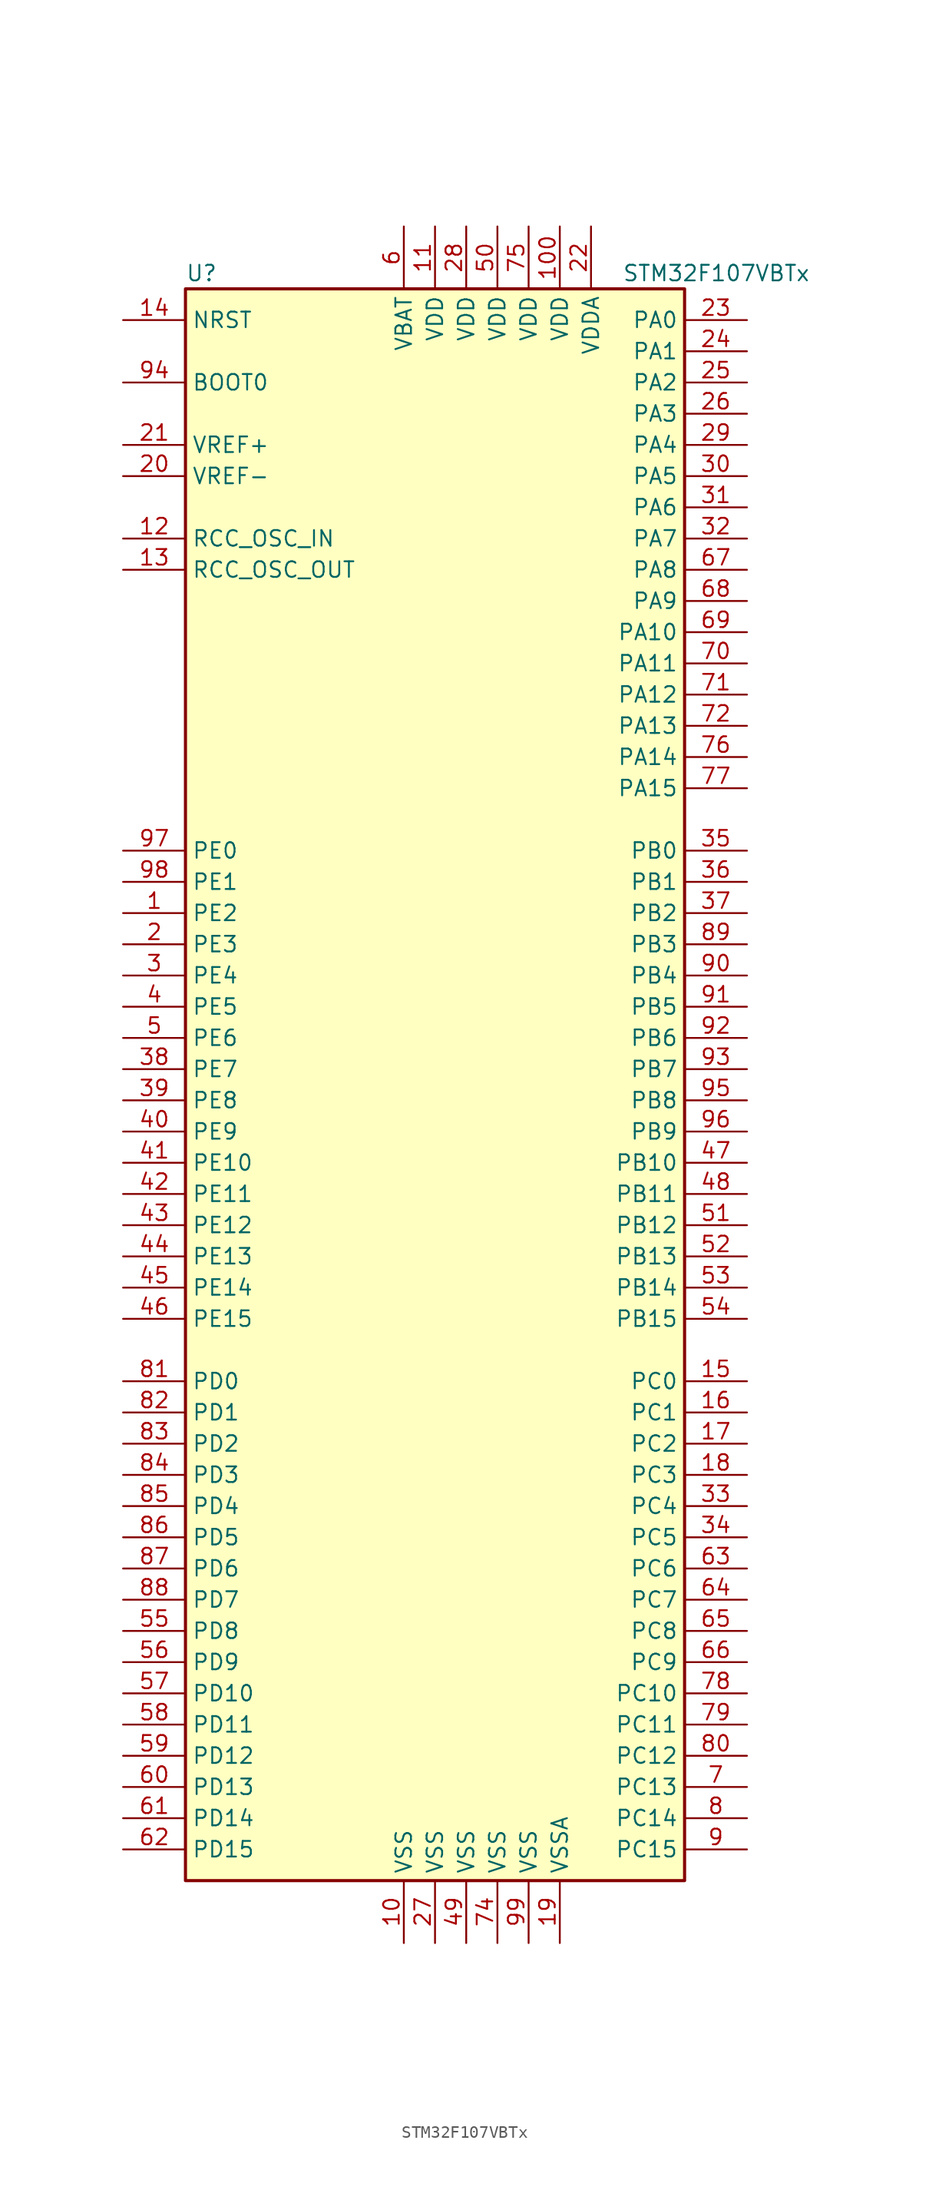
<source format=kicad_sym>
(kicad_symbol_lib
  (version 20201005)
  (generator kicad_symbol_editor)
  (symbol "STM32F107VBTx"
    (property "Reference" "U"
      (at -20.32 64.77 0)
      (effects (font (size 1.27 1.27)) (justify left)))
    (property "Value" "STM32F107VBTx"
      (at 15.24 64.77 0)
      (effects (font (size 1.27 1.27)) (justify left)))
    (symbol "STM32F107VBTx_0_1"
      (rectangle (start -20.32 -66.04) (end 20.32 63.5) (stroke (width 0.254)) (fill (type background))))
    (symbol "STM32F107VBTx_1_1"
      (pin input line (at -25.4 55.88 0) (length 5.08) (name "BOOT0" (effects (font (size 1.27 1.27)))) (number "94" (effects (font (size 1.27 1.27)))))
      (pin no_connect line (at -20.32 -63.5 0) (length 5.08) hide (name "NC" (effects (font (size 1.27 1.27)))) (number "73" (effects (font (size 1.27 1.27)))))
      (pin input line (at -25.4 60.96 0) (length 5.08) (name "NRST" (effects (font (size 1.27 1.27)))) (number "14" (effects (font (size 1.27 1.27)))))
      (pin bidirectional line (at 25.4 60.96 180) (length 5.08) (name "PA0" (effects (font (size 1.27 1.27)))) (number "23" (effects (font (size 1.27 1.27)))))
      (pin bidirectional line (at 25.4 58.42 180) (length 5.08) (name "PA1" (effects (font (size 1.27 1.27)))) (number "24" (effects (font (size 1.27 1.27)))))
      (pin bidirectional line (at 25.4 35.56 180) (length 5.08) (name "PA10" (effects (font (size 1.27 1.27)))) (number "69" (effects (font (size 1.27 1.27)))))
      (pin bidirectional line (at 25.4 33.02 180) (length 5.08) (name "PA11" (effects (font (size 1.27 1.27)))) (number "70" (effects (font (size 1.27 1.27)))))
      (pin bidirectional line (at 25.4 30.48 180) (length 5.08) (name "PA12" (effects (font (size 1.27 1.27)))) (number "71" (effects (font (size 1.27 1.27)))))
      (pin bidirectional line (at 25.4 27.94 180) (length 5.08) (name "PA13" (effects (font (size 1.27 1.27)))) (number "72" (effects (font (size 1.27 1.27)))))
      (pin bidirectional line (at 25.4 25.4 180) (length 5.08) (name "PA14" (effects (font (size 1.27 1.27)))) (number "76" (effects (font (size 1.27 1.27)))))
      (pin bidirectional line (at 25.4 22.86 180) (length 5.08) (name "PA15" (effects (font (size 1.27 1.27)))) (number "77" (effects (font (size 1.27 1.27)))))
      (pin bidirectional line (at 25.4 55.88 180) (length 5.08) (name "PA2" (effects (font (size 1.27 1.27)))) (number "25" (effects (font (size 1.27 1.27)))))
      (pin bidirectional line (at 25.4 53.34 180) (length 5.08) (name "PA3" (effects (font (size 1.27 1.27)))) (number "26" (effects (font (size 1.27 1.27)))))
      (pin bidirectional line (at 25.4 50.8 180) (length 5.08) (name "PA4" (effects (font (size 1.27 1.27)))) (number "29" (effects (font (size 1.27 1.27)))))
      (pin bidirectional line (at 25.4 48.26 180) (length 5.08) (name "PA5" (effects (font (size 1.27 1.27)))) (number "30" (effects (font (size 1.27 1.27)))))
      (pin bidirectional line (at 25.4 45.72 180) (length 5.08) (name "PA6" (effects (font (size 1.27 1.27)))) (number "31" (effects (font (size 1.27 1.27)))))
      (pin bidirectional line (at 25.4 43.18 180) (length 5.08) (name "PA7" (effects (font (size 1.27 1.27)))) (number "32" (effects (font (size 1.27 1.27)))))
      (pin bidirectional line (at 25.4 40.64 180) (length 5.08) (name "PA8" (effects (font (size 1.27 1.27)))) (number "67" (effects (font (size 1.27 1.27)))))
      (pin bidirectional line (at 25.4 38.1 180) (length 5.08) (name "PA9" (effects (font (size 1.27 1.27)))) (number "68" (effects (font (size 1.27 1.27)))))
      (pin bidirectional line (at 25.4 17.78 180) (length 5.08) (name "PB0" (effects (font (size 1.27 1.27)))) (number "35" (effects (font (size 1.27 1.27)))))
      (pin bidirectional line (at 25.4 15.24 180) (length 5.08) (name "PB1" (effects (font (size 1.27 1.27)))) (number "36" (effects (font (size 1.27 1.27)))))
      (pin bidirectional line (at 25.4 -7.62 180) (length 5.08) (name "PB10" (effects (font (size 1.27 1.27)))) (number "47" (effects (font (size 1.27 1.27)))))
      (pin bidirectional line (at 25.4 -10.16 180) (length 5.08) (name "PB11" (effects (font (size 1.27 1.27)))) (number "48" (effects (font (size 1.27 1.27)))))
      (pin bidirectional line (at 25.4 -12.7 180) (length 5.08) (name "PB12" (effects (font (size 1.27 1.27)))) (number "51" (effects (font (size 1.27 1.27)))))
      (pin bidirectional line (at 25.4 -15.24 180) (length 5.08) (name "PB13" (effects (font (size 1.27 1.27)))) (number "52" (effects (font (size 1.27 1.27)))))
      (pin bidirectional line (at 25.4 -17.78 180) (length 5.08) (name "PB14" (effects (font (size 1.27 1.27)))) (number "53" (effects (font (size 1.27 1.27)))))
      (pin bidirectional line (at 25.4 -20.32 180) (length 5.08) (name "PB15" (effects (font (size 1.27 1.27)))) (number "54" (effects (font (size 1.27 1.27)))))
      (pin bidirectional line (at 25.4 12.7 180) (length 5.08) (name "PB2" (effects (font (size 1.27 1.27)))) (number "37" (effects (font (size 1.27 1.27)))))
      (pin bidirectional line (at 25.4 10.16 180) (length 5.08) (name "PB3" (effects (font (size 1.27 1.27)))) (number "89" (effects (font (size 1.27 1.27)))))
      (pin bidirectional line (at 25.4 7.62 180) (length 5.08) (name "PB4" (effects (font (size 1.27 1.27)))) (number "90" (effects (font (size 1.27 1.27)))))
      (pin bidirectional line (at 25.4 5.08 180) (length 5.08) (name "PB5" (effects (font (size 1.27 1.27)))) (number "91" (effects (font (size 1.27 1.27)))))
      (pin bidirectional line (at 25.4 2.54 180) (length 5.08) (name "PB6" (effects (font (size 1.27 1.27)))) (number "92" (effects (font (size 1.27 1.27)))))
      (pin bidirectional line (at 25.4 0 180) (length 5.08) (name "PB7" (effects (font (size 1.27 1.27)))) (number "93" (effects (font (size 1.27 1.27)))))
      (pin bidirectional line (at 25.4 -2.54 180) (length 5.08) (name "PB8" (effects (font (size 1.27 1.27)))) (number "95" (effects (font (size 1.27 1.27)))))
      (pin bidirectional line (at 25.4 -5.08 180) (length 5.08) (name "PB9" (effects (font (size 1.27 1.27)))) (number "96" (effects (font (size 1.27 1.27)))))
      (pin bidirectional line (at 25.4 -25.4 180) (length 5.08) (name "PC0" (effects (font (size 1.27 1.27)))) (number "15" (effects (font (size 1.27 1.27)))))
      (pin bidirectional line (at 25.4 -27.94 180) (length 5.08) (name "PC1" (effects (font (size 1.27 1.27)))) (number "16" (effects (font (size 1.27 1.27)))))
      (pin bidirectional line (at 25.4 -50.8 180) (length 5.08) (name "PC10" (effects (font (size 1.27 1.27)))) (number "78" (effects (font (size 1.27 1.27)))))
      (pin bidirectional line (at 25.4 -53.34 180) (length 5.08) (name "PC11" (effects (font (size 1.27 1.27)))) (number "79" (effects (font (size 1.27 1.27)))))
      (pin bidirectional line (at 25.4 -55.88 180) (length 5.08) (name "PC12" (effects (font (size 1.27 1.27)))) (number "80" (effects (font (size 1.27 1.27)))))
      (pin bidirectional line (at 25.4 -58.42 180) (length 5.08) (name "PC13" (effects (font (size 1.27 1.27)))) (number "7" (effects (font (size 1.27 1.27)))))
      (pin bidirectional line (at 25.4 -60.96 180) (length 5.08) (name "PC14" (effects (font (size 1.27 1.27)))) (number "8" (effects (font (size 1.27 1.27)))))
      (pin bidirectional line (at 25.4 -63.5 180) (length 5.08) (name "PC15" (effects (font (size 1.27 1.27)))) (number "9" (effects (font (size 1.27 1.27)))))
      (pin bidirectional line (at 25.4 -30.48 180) (length 5.08) (name "PC2" (effects (font (size 1.27 1.27)))) (number "17" (effects (font (size 1.27 1.27)))))
      (pin bidirectional line (at 25.4 -33.02 180) (length 5.08) (name "PC3" (effects (font (size 1.27 1.27)))) (number "18" (effects (font (size 1.27 1.27)))))
      (pin bidirectional line (at 25.4 -35.56 180) (length 5.08) (name "PC4" (effects (font (size 1.27 1.27)))) (number "33" (effects (font (size 1.27 1.27)))))
      (pin bidirectional line (at 25.4 -38.1 180) (length 5.08) (name "PC5" (effects (font (size 1.27 1.27)))) (number "34" (effects (font (size 1.27 1.27)))))
      (pin bidirectional line (at 25.4 -40.64 180) (length 5.08) (name "PC6" (effects (font (size 1.27 1.27)))) (number "63" (effects (font (size 1.27 1.27)))))
      (pin bidirectional line (at 25.4 -43.18 180) (length 5.08) (name "PC7" (effects (font (size 1.27 1.27)))) (number "64" (effects (font (size 1.27 1.27)))))
      (pin bidirectional line (at 25.4 -45.72 180) (length 5.08) (name "PC8" (effects (font (size 1.27 1.27)))) (number "65" (effects (font (size 1.27 1.27)))))
      (pin bidirectional line (at 25.4 -48.26 180) (length 5.08) (name "PC9" (effects (font (size 1.27 1.27)))) (number "66" (effects (font (size 1.27 1.27)))))
      (pin bidirectional line (at -25.4 -25.4 0) (length 5.08) (name "PD0" (effects (font (size 1.27 1.27)))) (number "81" (effects (font (size 1.27 1.27)))))
      (pin bidirectional line (at -25.4 -27.94 0) (length 5.08) (name "PD1" (effects (font (size 1.27 1.27)))) (number "82" (effects (font (size 1.27 1.27)))))
      (pin bidirectional line (at -25.4 -50.8 0) (length 5.08) (name "PD10" (effects (font (size 1.27 1.27)))) (number "57" (effects (font (size 1.27 1.27)))))
      (pin bidirectional line (at -25.4 -53.34 0) (length 5.08) (name "PD11" (effects (font (size 1.27 1.27)))) (number "58" (effects (font (size 1.27 1.27)))))
      (pin bidirectional line (at -25.4 -55.88 0) (length 5.08) (name "PD12" (effects (font (size 1.27 1.27)))) (number "59" (effects (font (size 1.27 1.27)))))
      (pin bidirectional line (at -25.4 -58.42 0) (length 5.08) (name "PD13" (effects (font (size 1.27 1.27)))) (number "60" (effects (font (size 1.27 1.27)))))
      (pin bidirectional line (at -25.4 -60.96 0) (length 5.08) (name "PD14" (effects (font (size 1.27 1.27)))) (number "61" (effects (font (size 1.27 1.27)))))
      (pin bidirectional line (at -25.4 -63.5 0) (length 5.08) (name "PD15" (effects (font (size 1.27 1.27)))) (number "62" (effects (font (size 1.27 1.27)))))
      (pin bidirectional line (at -25.4 -30.48 0) (length 5.08) (name "PD2" (effects (font (size 1.27 1.27)))) (number "83" (effects (font (size 1.27 1.27)))))
      (pin bidirectional line (at -25.4 -33.02 0) (length 5.08) (name "PD3" (effects (font (size 1.27 1.27)))) (number "84" (effects (font (size 1.27 1.27)))))
      (pin bidirectional line (at -25.4 -35.56 0) (length 5.08) (name "PD4" (effects (font (size 1.27 1.27)))) (number "85" (effects (font (size 1.27 1.27)))))
      (pin bidirectional line (at -25.4 -38.1 0) (length 5.08) (name "PD5" (effects (font (size 1.27 1.27)))) (number "86" (effects (font (size 1.27 1.27)))))
      (pin bidirectional line (at -25.4 -40.64 0) (length 5.08) (name "PD6" (effects (font (size 1.27 1.27)))) (number "87" (effects (font (size 1.27 1.27)))))
      (pin bidirectional line (at -25.4 -43.18 0) (length 5.08) (name "PD7" (effects (font (size 1.27 1.27)))) (number "88" (effects (font (size 1.27 1.27)))))
      (pin bidirectional line (at -25.4 -45.72 0) (length 5.08) (name "PD8" (effects (font (size 1.27 1.27)))) (number "55" (effects (font (size 1.27 1.27)))))
      (pin bidirectional line (at -25.4 -48.26 0) (length 5.08) (name "PD9" (effects (font (size 1.27 1.27)))) (number "56" (effects (font (size 1.27 1.27)))))
      (pin bidirectional line (at -25.4 17.78 0) (length 5.08) (name "PE0" (effects (font (size 1.27 1.27)))) (number "97" (effects (font (size 1.27 1.27)))))
      (pin bidirectional line (at -25.4 15.24 0) (length 5.08) (name "PE1" (effects (font (size 1.27 1.27)))) (number "98" (effects (font (size 1.27 1.27)))))
      (pin bidirectional line (at -25.4 -7.62 0) (length 5.08) (name "PE10" (effects (font (size 1.27 1.27)))) (number "41" (effects (font (size 1.27 1.27)))))
      (pin bidirectional line (at -25.4 -10.16 0) (length 5.08) (name "PE11" (effects (font (size 1.27 1.27)))) (number "42" (effects (font (size 1.27 1.27)))))
      (pin bidirectional line (at -25.4 -12.7 0) (length 5.08) (name "PE12" (effects (font (size 1.27 1.27)))) (number "43" (effects (font (size 1.27 1.27)))))
      (pin bidirectional line (at -25.4 -15.24 0) (length 5.08) (name "PE13" (effects (font (size 1.27 1.27)))) (number "44" (effects (font (size 1.27 1.27)))))
      (pin bidirectional line (at -25.4 -17.78 0) (length 5.08) (name "PE14" (effects (font (size 1.27 1.27)))) (number "45" (effects (font (size 1.27 1.27)))))
      (pin bidirectional line (at -25.4 -20.32 0) (length 5.08) (name "PE15" (effects (font (size 1.27 1.27)))) (number "46" (effects (font (size 1.27 1.27)))))
      (pin bidirectional line (at -25.4 12.7 0) (length 5.08) (name "PE2" (effects (font (size 1.27 1.27)))) (number "1" (effects (font (size 1.27 1.27)))))
      (pin bidirectional line (at -25.4 10.16 0) (length 5.08) (name "PE3" (effects (font (size 1.27 1.27)))) (number "2" (effects (font (size 1.27 1.27)))))
      (pin bidirectional line (at -25.4 7.62 0) (length 5.08) (name "PE4" (effects (font (size 1.27 1.27)))) (number "3" (effects (font (size 1.27 1.27)))))
      (pin bidirectional line (at -25.4 5.08 0) (length 5.08) (name "PE5" (effects (font (size 1.27 1.27)))) (number "4" (effects (font (size 1.27 1.27)))))
      (pin bidirectional line (at -25.4 2.54 0) (length 5.08) (name "PE6" (effects (font (size 1.27 1.27)))) (number "5" (effects (font (size 1.27 1.27)))))
      (pin bidirectional line (at -25.4 0 0) (length 5.08) (name "PE7" (effects (font (size 1.27 1.27)))) (number "38" (effects (font (size 1.27 1.27)))))
      (pin bidirectional line (at -25.4 -2.54 0) (length 5.08) (name "PE8" (effects (font (size 1.27 1.27)))) (number "39" (effects (font (size 1.27 1.27)))))
      (pin bidirectional line (at -25.4 -5.08 0) (length 5.08) (name "PE9" (effects (font (size 1.27 1.27)))) (number "40" (effects (font (size 1.27 1.27)))))
      (pin input line (at -25.4 43.18 0) (length 5.08) (name "RCC_OSC_IN" (effects (font (size 1.27 1.27)))) (number "12" (effects (font (size 1.27 1.27)))))
      (pin input line (at -25.4 40.64 0) (length 5.08) (name "RCC_OSC_OUT" (effects (font (size 1.27 1.27)))) (number "13" (effects (font (size 1.27 1.27)))))
      (pin power_in line (at -2.54 68.58 270) (length 5.08) (name "VBAT" (effects (font (size 1.27 1.27)))) (number "6" (effects (font (size 1.27 1.27)))))
      (pin power_in line (at 10.16 68.58 270) (length 5.08) (name "VDD" (effects (font (size 1.27 1.27)))) (number "100" (effects (font (size 1.27 1.27)))))
      (pin power_in line (at 0 68.58 270) (length 5.08) (name "VDD" (effects (font (size 1.27 1.27)))) (number "11" (effects (font (size 1.27 1.27)))))
      (pin power_in line (at 2.54 68.58 270) (length 5.08) (name "VDD" (effects (font (size 1.27 1.27)))) (number "28" (effects (font (size 1.27 1.27)))))
      (pin power_in line (at 5.08 68.58 270) (length 5.08) (name "VDD" (effects (font (size 1.27 1.27)))) (number "50" (effects (font (size 1.27 1.27)))))
      (pin power_in line (at 7.62 68.58 270) (length 5.08) (name "VDD" (effects (font (size 1.27 1.27)))) (number "75" (effects (font (size 1.27 1.27)))))
      (pin power_in line (at 12.7 68.58 270) (length 5.08) (name "VDDA" (effects (font (size 1.27 1.27)))) (number "22" (effects (font (size 1.27 1.27)))))
      (pin power_in line (at -25.4 50.8 0) (length 5.08) (name "VREF+" (effects (font (size 1.27 1.27)))) (number "21" (effects (font (size 1.27 1.27)))))
      (pin power_in line (at -25.4 48.26 0) (length 5.08) (name "VREF-" (effects (font (size 1.27 1.27)))) (number "20" (effects (font (size 1.27 1.27)))))
      (pin power_in line (at -2.54 -71.12 90) (length 5.08) (name "VSS" (effects (font (size 1.27 1.27)))) (number "10" (effects (font (size 1.27 1.27)))))
      (pin power_in line (at 0 -71.12 90) (length 5.08) (name "VSS" (effects (font (size 1.27 1.27)))) (number "27" (effects (font (size 1.27 1.27)))))
      (pin power_in line (at 2.54 -71.12 90) (length 5.08) (name "VSS" (effects (font (size 1.27 1.27)))) (number "49" (effects (font (size 1.27 1.27)))))
      (pin power_in line (at 5.08 -71.12 90) (length 5.08) (name "VSS" (effects (font (size 1.27 1.27)))) (number "74" (effects (font (size 1.27 1.27)))))
      (pin power_in line (at 7.62 -71.12 90) (length 5.08) (name "VSS" (effects (font (size 1.27 1.27)))) (number "99" (effects (font (size 1.27 1.27)))))
      (pin power_in line (at 10.16 -71.12 90) (length 5.08) (name "VSSA" (effects (font (size 1.27 1.27)))) (number "19" (effects (font (size 1.27 1.27))))))))
</source>
